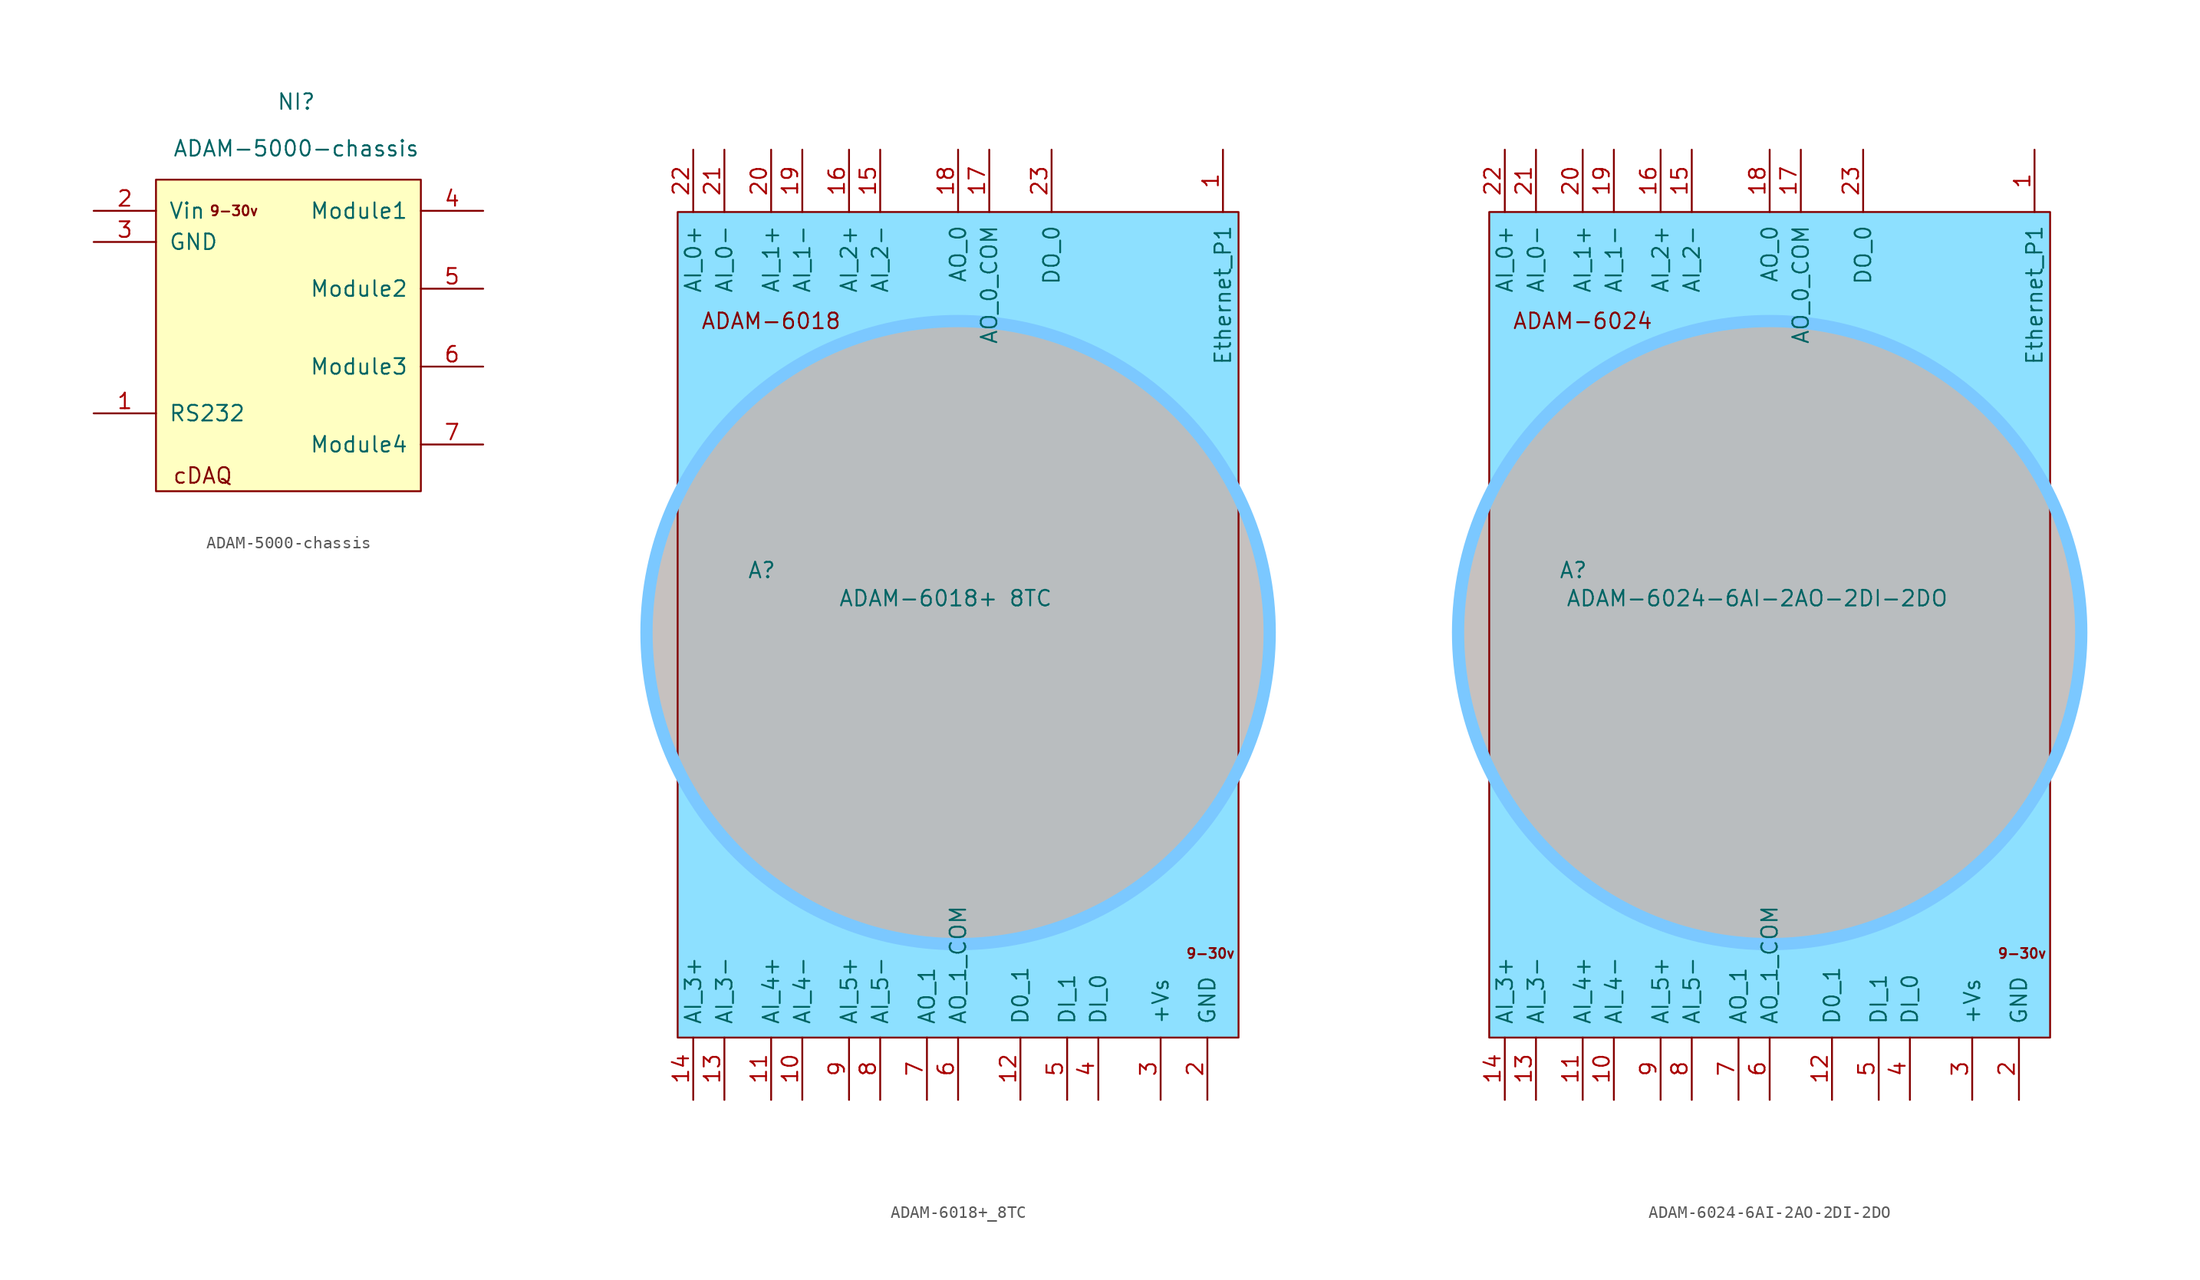
<source format=kicad_sym>
(kicad_symbol_lib
  (version 20231120)
  (generator "kicad_symbol_editor")
  (generator_version "8.0")
  (symbol "ADAM-5000-chassis"
    (pin_names
      (offset 1.016))
    (property "Reference" "NI"
      (at 0 11.43 0)
      (effects (font (size 1.27 1.27))))
    (property "Value" "ADAM-5000-chassis"
      (at 0 7.62 0)
      (effects (font (size 1.27 1.27))))
    (symbol "ADAM-5000-chassis_0_0"
      (text "9-30v" (at -5.08 2.54 0) (effects (font (size 0.8 0.8))))
      (text "cDAQ" (at -7.62 -19.05 0) (effects (font (size 1.27 1.27)))))
    (symbol "ADAM-5000-chassis_0_1"
      (rectangle (start -11.43 -20.32) (end 10.16 5.08) (stroke (width 0) (type default)) (fill (type background))))
    (symbol "ADAM-5000-chassis_1_1"
      (pin bidirectional line (at -16.51 -13.97 0) (length 5.08) (name "RS232" (effects (font (size 1.27 1.27)))) (number "1" (effects (font (size 1.27 1.27)))))
      (pin input line (at -16.51 2.54 0) (length 5.08) (name "Vin" (effects (font (size 1.27 1.27)))) (number "2" (effects (font (size 1.27 1.27)))))
      (pin input line (at -16.51 0 0) (length 5.08) (name "GND" (effects (font (size 1.27 1.27)))) (number "3" (effects (font (size 1.27 1.27)))))
      (pin bidirectional line (at 15.24 2.54 180) (length 5.08) (name "Module1" (effects (font (size 1.27 1.27)))) (number "4" (effects (font (size 1.27 1.27)))))
      (pin bidirectional line (at 15.24 -3.81 180) (length 5.08) (name "Module2" (effects (font (size 1.27 1.27)))) (number "5" (effects (font (size 1.27 1.27)))))
      (pin bidirectional line (at 15.24 -10.16 180) (length 5.08) (name "Module3" (effects (font (size 1.27 1.27)))) (number "6" (effects (font (size 1.27 1.27)))))
      (pin bidirectional line (at 15.24 -16.51 180) (length 5.08) (name "Module4" (effects (font (size 1.27 1.27)))) (number "7" (effects (font (size 1.27 1.27)))))))
  (symbol "ADAM-6018+_8TC"
    (pin_names
      (offset 1.016))
    (property "Reference" "A"
      (at -16.002 5.08 0)
      (effects (font (size 1.27 1.27))))
    (property "Value" "ADAM-6018+ 8TC"
      (at -1.016 2.794 0)
      (effects (font (size 1.27 1.27))))
    (symbol "ADAM-6018+_8TC_0_0"
      (text "9-30v" (at 20.574 -26.162 0) (effects (font (size 0.8 0.8)))))
    (symbol "ADAM-6018+_8TC_0_1"
      (rectangle (start -22.86 34.29) (end 22.86 -33.02) (stroke (width 0) (type default)) (fill (type color) (color 141 224 255 1))))
    (symbol "ADAM-6018+_8TC_1_0"
      (circle (center 0 0) (radius 25.4) (stroke (width 1) (type default) (color 123 200 255 1)) (fill (type color) (color 191 185 183 0.88)))
      (text "ADAM-6018" (at -15.24 25.4 0) (effects (font (size 1.27 1.27)))))
    (symbol "ADAM-6018+_8TC_1_1"
      (pin bidirectional line (at 21.59 39.37 270) (length 5.08) (name "Ethernet_P1" (effects (font (size 1.27 1.27)))) (number "1" (effects (font (size 1.27 1.27)))))
      (pin input line (at -12.7 -38.1 90) (length 5.08) (name "AI_4-" (effects (font (size 1.27 1.27)))) (number "10" (effects (font (size 1.27 1.27)))))
      (pin input line (at -15.24 -38.1 90) (length 5.08) (name "AI_4+" (effects (font (size 1.27 1.27)))) (number "11" (effects (font (size 1.27 1.27)))))
      (pin input line (at 5.08 -38.1 90) (length 5.08) (name "D0_1" (effects (font (size 1.27 1.27)))) (number "12" (effects (font (size 1.27 1.27)))))
      (pin input line (at -19.05 -38.1 90) (length 5.08) (name "AI_3-" (effects (font (size 1.27 1.27)))) (number "13" (effects (font (size 1.27 1.27)))))
      (pin input line (at -21.59 -38.1 90) (length 5.08) (name "AI_3+" (effects (font (size 1.27 1.27)))) (number "14" (effects (font (size 1.27 1.27)))))
      (pin input line (at -6.35 39.37 270) (length 5.08) (name "AI_2-" (effects (font (size 1.27 1.27)))) (number "15" (effects (font (size 1.27 1.27)))))
      (pin input line (at -8.89 39.37 270) (length 5.08) (name "AI_2+" (effects (font (size 1.27 1.27)))) (number "16" (effects (font (size 1.27 1.27)))))
      (pin output line (at 2.54 39.37 270) (length 5.08) (name "AO_0_COM" (effects (font (size 1.27 1.27)))) (number "17" (effects (font (size 1.27 1.27)))))
      (pin output line (at 0 39.37 270) (length 5.08) (name "AO_0" (effects (font (size 1.27 1.27)))) (number "18" (effects (font (size 1.27 1.27)))))
      (pin input line (at -12.7 39.37 270) (length 5.08) (name "AI_1-" (effects (font (size 1.27 1.27)))) (number "19" (effects (font (size 1.27 1.27)))))
      (pin input line (at 20.32 -38.1 90) (length 5.08) (name "GND" (effects (font (size 1.27 1.27)))) (number "2" (effects (font (size 1.27 1.27)))))
      (pin input line (at -15.24 39.37 270) (length 5.08) (name "AI_1+" (effects (font (size 1.27 1.27)))) (number "20" (effects (font (size 1.27 1.27)))))
      (pin input line (at -19.05 39.37 270) (length 5.08) (name "AI_0-" (effects (font (size 1.27 1.27)))) (number "21" (effects (font (size 1.27 1.27)))))
      (pin input line (at -21.59 39.37 270) (length 5.08) (name "AI_0+" (effects (font (size 1.27 1.27)))) (number "22" (effects (font (size 1.27 1.27)))))
      (pin output line (at 7.62 39.37 270) (length 5.08) (name "DO_0" (effects (font (size 1.27 1.27)))) (number "23" (effects (font (size 1.27 1.27)))))
      (pin input line (at 16.51 -38.1 90) (length 5.08) (name "+Vs" (effects (font (size 1.27 1.27)))) (number "3" (effects (font (size 1.27 1.27)))))
      (pin input line (at 11.43 -38.1 90) (length 5.08) (name "DI_0" (effects (font (size 1.27 1.27)))) (number "4" (effects (font (size 1.27 1.27)))))
      (pin input line (at 8.89 -38.1 90) (length 5.08) (name "DI_1" (effects (font (size 1.27 1.27)))) (number "5" (effects (font (size 1.27 1.27)))))
      (pin output line (at 0 -38.1 90) (length 5.08) (name "AO_1_COM" (effects (font (size 1.27 1.27)))) (number "6" (effects (font (size 1.27 1.27)))))
      (pin output line (at -2.54 -38.1 90) (length 5.08) (name "AO_1" (effects (font (size 1.27 1.27)))) (number "7" (effects (font (size 1.27 1.27)))))
      (pin input line (at -6.35 -38.1 90) (length 5.08) (name "AI_5-" (effects (font (size 1.27 1.27)))) (number "8" (effects (font (size 1.27 1.27)))))
      (pin input line (at -8.89 -38.1 90) (length 5.08) (name "AI_5+" (effects (font (size 1.27 1.27)))) (number "9" (effects (font (size 1.27 1.27)))))))
  (symbol "ADAM-6024-6AI-2AO-2DI-2DO"
    (pin_names
      (offset 1.016))
    (property "Reference" "A"
      (at -16.002 5.08 0)
      (effects (font (size 1.27 1.27))))
    (property "Value" "ADAM-6024-6AI-2AO-2DI-2DO"
      (at -1.016 2.794 0)
      (effects (font (size 1.27 1.27))))
    (symbol "ADAM-6024-6AI-2AO-2DI-2DO_0_0"
      (text "9-30v" (at 20.574 -26.162 0) (effects (font (size 0.8 0.8)))))
    (symbol "ADAM-6024-6AI-2AO-2DI-2DO_0_1"
      (rectangle (start -22.86 34.29) (end 22.86 -33.02) (stroke (width 0) (type default)) (fill (type color) (color 141 224 255 1))))
    (symbol "ADAM-6024-6AI-2AO-2DI-2DO_1_0"
      (circle (center 0 0) (radius 25.4) (stroke (width 1) (type default) (color 123 200 255 1)) (fill (type color) (color 191 185 183 0.88)))
      (text "ADAM-6024" (at -15.24 25.4 0) (effects (font (size 1.27 1.27)))))
    (symbol "ADAM-6024-6AI-2AO-2DI-2DO_1_1"
      (pin bidirectional line (at 21.59 39.37 270) (length 5.08) (name "Ethernet_P1" (effects (font (size 1.27 1.27)))) (number "1" (effects (font (size 1.27 1.27)))))
      (pin input line (at -12.7 -38.1 90) (length 5.08) (name "AI_4-" (effects (font (size 1.27 1.27)))) (number "10" (effects (font (size 1.27 1.27)))))
      (pin input line (at -15.24 -38.1 90) (length 5.08) (name "AI_4+" (effects (font (size 1.27 1.27)))) (number "11" (effects (font (size 1.27 1.27)))))
      (pin input line (at 5.08 -38.1 90) (length 5.08) (name "D0_1" (effects (font (size 1.27 1.27)))) (number "12" (effects (font (size 1.27 1.27)))))
      (pin input line (at -19.05 -38.1 90) (length 5.08) (name "AI_3-" (effects (font (size 1.27 1.27)))) (number "13" (effects (font (size 1.27 1.27)))))
      (pin input line (at -21.59 -38.1 90) (length 5.08) (name "AI_3+" (effects (font (size 1.27 1.27)))) (number "14" (effects (font (size 1.27 1.27)))))
      (pin input line (at -6.35 39.37 270) (length 5.08) (name "AI_2-" (effects (font (size 1.27 1.27)))) (number "15" (effects (font (size 1.27 1.27)))))
      (pin input line (at -8.89 39.37 270) (length 5.08) (name "AI_2+" (effects (font (size 1.27 1.27)))) (number "16" (effects (font (size 1.27 1.27)))))
      (pin output line (at 2.54 39.37 270) (length 5.08) (name "AO_0_COM" (effects (font (size 1.27 1.27)))) (number "17" (effects (font (size 1.27 1.27)))))
      (pin output line (at 0 39.37 270) (length 5.08) (name "AO_0" (effects (font (size 1.27 1.27)))) (number "18" (effects (font (size 1.27 1.27)))))
      (pin input line (at -12.7 39.37 270) (length 5.08) (name "AI_1-" (effects (font (size 1.27 1.27)))) (number "19" (effects (font (size 1.27 1.27)))))
      (pin input line (at 20.32 -38.1 90) (length 5.08) (name "GND" (effects (font (size 1.27 1.27)))) (number "2" (effects (font (size 1.27 1.27)))))
      (pin input line (at -15.24 39.37 270) (length 5.08) (name "AI_1+" (effects (font (size 1.27 1.27)))) (number "20" (effects (font (size 1.27 1.27)))))
      (pin input line (at -19.05 39.37 270) (length 5.08) (name "AI_0-" (effects (font (size 1.27 1.27)))) (number "21" (effects (font (size 1.27 1.27)))))
      (pin input line (at -21.59 39.37 270) (length 5.08) (name "AI_0+" (effects (font (size 1.27 1.27)))) (number "22" (effects (font (size 1.27 1.27)))))
      (pin output line (at 7.62 39.37 270) (length 5.08) (name "DO_0" (effects (font (size 1.27 1.27)))) (number "23" (effects (font (size 1.27 1.27)))))
      (pin input line (at 16.51 -38.1 90) (length 5.08) (name "+Vs" (effects (font (size 1.27 1.27)))) (number "3" (effects (font (size 1.27 1.27)))))
      (pin input line (at 11.43 -38.1 90) (length 5.08) (name "DI_0" (effects (font (size 1.27 1.27)))) (number "4" (effects (font (size 1.27 1.27)))))
      (pin input line (at 8.89 -38.1 90) (length 5.08) (name "DI_1" (effects (font (size 1.27 1.27)))) (number "5" (effects (font (size 1.27 1.27)))))
      (pin output line (at 0 -38.1 90) (length 5.08) (name "AO_1_COM" (effects (font (size 1.27 1.27)))) (number "6" (effects (font (size 1.27 1.27)))))
      (pin output line (at -2.54 -38.1 90) (length 5.08) (name "AO_1" (effects (font (size 1.27 1.27)))) (number "7" (effects (font (size 1.27 1.27)))))
      (pin input line (at -6.35 -38.1 90) (length 5.08) (name "AI_5-" (effects (font (size 1.27 1.27)))) (number "8" (effects (font (size 1.27 1.27)))))
      (pin input line (at -8.89 -38.1 90) (length 5.08) (name "AI_5+" (effects (font (size 1.27 1.27)))) (number "9" (effects (font (size 1.27 1.27))))))))
</source>
